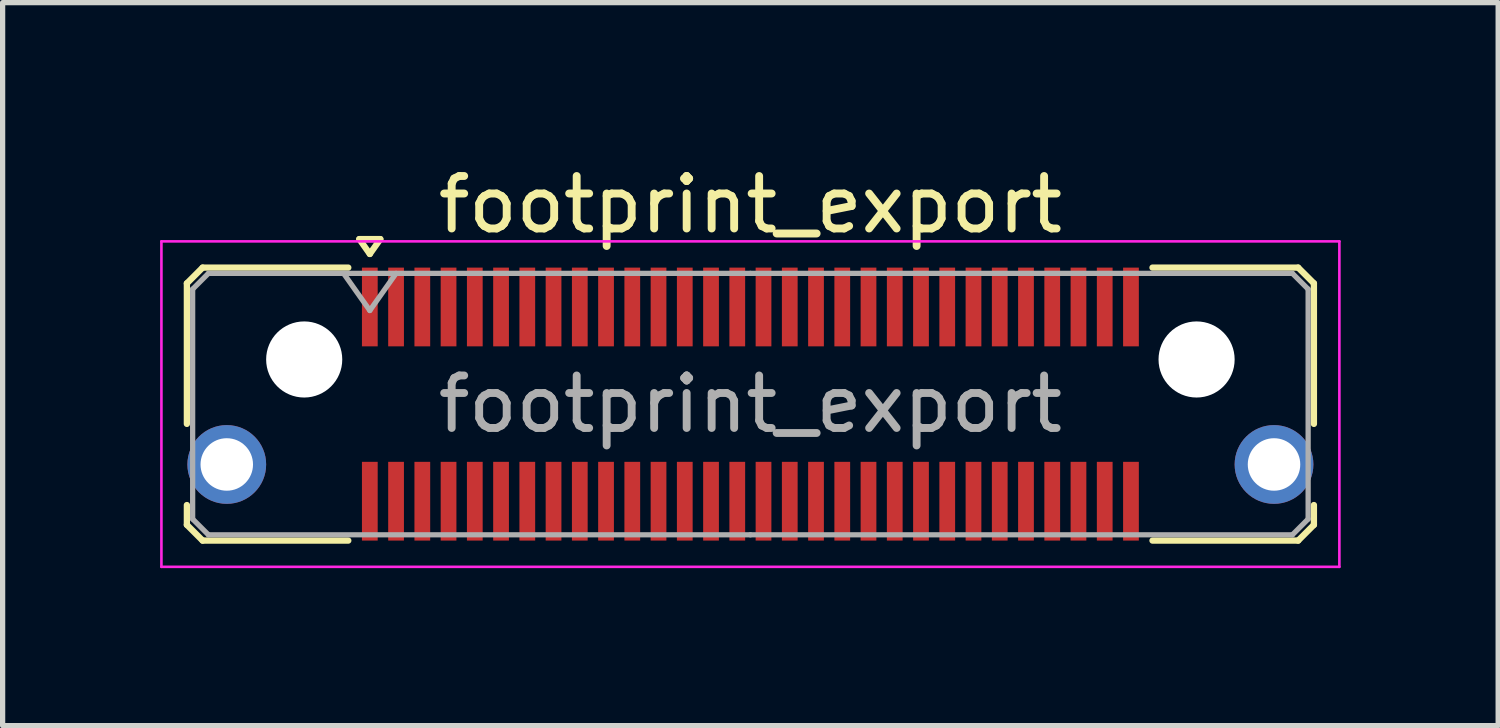
<source format=kicad_pcb>
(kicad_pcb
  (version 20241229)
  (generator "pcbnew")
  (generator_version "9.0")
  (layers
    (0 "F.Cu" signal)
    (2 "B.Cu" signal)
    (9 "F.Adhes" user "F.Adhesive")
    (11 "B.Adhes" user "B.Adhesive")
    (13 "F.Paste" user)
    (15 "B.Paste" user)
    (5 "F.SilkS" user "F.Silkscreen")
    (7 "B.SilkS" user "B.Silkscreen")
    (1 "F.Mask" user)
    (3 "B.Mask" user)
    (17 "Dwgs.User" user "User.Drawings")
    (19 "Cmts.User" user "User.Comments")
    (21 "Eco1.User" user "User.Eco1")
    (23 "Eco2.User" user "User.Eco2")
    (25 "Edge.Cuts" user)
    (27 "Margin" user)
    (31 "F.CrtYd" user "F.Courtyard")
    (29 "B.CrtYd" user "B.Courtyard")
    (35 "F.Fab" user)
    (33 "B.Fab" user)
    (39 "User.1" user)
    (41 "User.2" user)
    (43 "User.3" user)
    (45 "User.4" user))
  (footprint "footprint_export"
    (layer "F.Cu")
    (at 11.245 4.648)
    (property "Reference" "footprint_export" (at 0 -3.8 0) (layer "F.SilkS") (effects (font (size 1 1) (thickness 0.15))))
    (attr smd)
    (fp_line (start -10.735 -2.3) (end -10.735 0.377) (stroke (width 0.12) (type solid)) (layer "F.SilkS"))
    (fp_line (start -10.735 1.923) (end -10.735 2.3) (stroke (width 0.12) (type solid)) (layer "F.SilkS"))
    (fp_line (start -10.735 2.3) (end -10.435 2.6) (stroke (width 0.12) (type solid)) (layer "F.SilkS"))
    (fp_line (start -10.435 -2.6) (end -10.735 -2.3) (stroke (width 0.12) (type solid)) (layer "F.SilkS"))
    (fp_line (start -10.435 2.6) (end -7.66 2.6) (stroke (width 0.12) (type solid)) (layer "F.SilkS"))
    (fp_line (start -7.66 -2.6) (end -10.435 -2.6) (stroke (width 0.12) (type solid)) (layer "F.SilkS"))
    (fp_line (start -7.45 -3.143) (end -7.05 -3.143) (stroke (width 0.12) (type solid)) (layer "F.SilkS"))
    (fp_line (start -7.25 -2.86) (end -7.45 -3.143) (stroke (width 0.12) (type solid)) (layer "F.SilkS"))
    (fp_line (start -7.05 -3.143) (end -7.25 -2.86) (stroke (width 0.12) (type solid)) (layer "F.SilkS"))
    (fp_line (start 7.66 -2.6) (end 10.435 -2.6) (stroke (width 0.12) (type solid)) (layer "F.SilkS"))
    (fp_line (start 10.435 -2.6) (end 10.735 -2.3) (stroke (width 0.12) (type solid)) (layer "F.SilkS"))
    (fp_line (start 10.435 2.6) (end 7.66 2.6) (stroke (width 0.12) (type solid)) (layer "F.SilkS"))
    (fp_line (start 10.735 -2.3) (end 10.735 0.377) (stroke (width 0.12) (type solid)) (layer "F.SilkS"))
    (fp_line (start 10.735 1.923) (end 10.735 2.3) (stroke (width 0.12) (type solid)) (layer "F.SilkS"))
    (fp_line (start 10.735 2.3) (end 10.435 2.6) (stroke (width 0.12) (type solid)) (layer "F.SilkS"))
    (fp_line (start -11.22 -3.1) (end -11.22 3.1) (stroke (width 0.05) (type solid)) (layer "F.CrtYd"))
    (fp_line (start -11.22 3.1) (end 11.22 3.1) (stroke (width 0.05) (type solid)) (layer "F.CrtYd"))
    (fp_line (start 11.22 -3.1) (end -11.22 -3.1) (stroke (width 0.05) (type solid)) (layer "F.CrtYd"))
    (fp_line (start 11.22 3.1) (end 11.22 -3.1) (stroke (width 0.05) (type solid)) (layer "F.CrtYd"))
    (fp_line (start -10.625 -2.19) (end -10.625 2.19) (stroke (width 0.1) (type solid)) (layer "F.Fab"))
    (fp_line (start -10.625 2.19) (end -10.325 2.49) (stroke (width 0.1) (type solid)) (layer "F.Fab"))
    (fp_line (start -10.325 -2.49) (end -10.625 -2.19) (stroke (width 0.1) (type solid)) (layer "F.Fab"))
    (fp_line (start -10.325 2.49) (end 0 2.49) (stroke (width 0.1) (type solid)) (layer "F.Fab"))
    (fp_line (start -7.75 -2.49) (end -7.25 -1.783) (stroke (width 0.1) (type solid)) (layer "F.Fab"))
    (fp_line (start -7.25 -1.783) (end -6.75 -2.49) (stroke (width 0.1) (type solid)) (layer "F.Fab"))
    (fp_line (start 0 -2.49) (end -10.325 -2.49) (stroke (width 0.1) (type solid)) (layer "F.Fab"))
    (fp_line (start 0 -2.49) (end 10.325 -2.49) (stroke (width 0.1) (type solid)) (layer "F.Fab"))
    (fp_line (start 10.325 -2.49) (end 10.625 -2.19) (stroke (width 0.1) (type solid)) (layer "F.Fab"))
    (fp_line (start 10.325 2.49) (end 0 2.49) (stroke (width 0.1) (type solid)) (layer "F.Fab"))
    (fp_line (start 10.625 -2.19) (end 10.625 2.19) (stroke (width 0.1) (type solid)) (layer "F.Fab"))
    (fp_line (start 10.625 2.19) (end 10.325 2.49) (stroke (width 0.1) (type solid)) (layer "F.Fab"))
    (fp_text user "${REFERENCE}" (at 0 0 0) (layer "F.Fab") (effects (font (size 1 1) (thickness 0.15))))
    (pad "" np_thru_hole circle (at -8.5 -0.85) (size 1.45 1.45) (drill 1.45) (layers "*.Cu" "*.Mask"))
    (pad "" np_thru_hole circle (at 8.5 -0.85) (size 1.45 1.45) (drill 1.45) (layers "*.Cu" "*.Mask"))
    (pad "1" smd rect (at -7.25 -1.85) (size 0.3 1.5) (layers "F.Cu" "F.Mask" "F.Paste"))
    (pad "2" smd rect (at -7.25 1.85) (size 0.3 1.5) (layers "F.Cu" "F.Mask" "F.Paste"))
    (pad "3" smd rect (at -6.75 -1.85) (size 0.3 1.5) (layers "F.Cu" "F.Mask" "F.Paste"))
    (pad "4" smd rect (at -6.75 1.85) (size 0.3 1.5) (layers "F.Cu" "F.Mask" "F.Paste"))
    (pad "5" smd rect (at -6.25 -1.85) (size 0.3 1.5) (layers "F.Cu" "F.Mask" "F.Paste"))
    (pad "6" smd rect (at -6.25 1.85) (size 0.3 1.5) (layers "F.Cu" "F.Mask" "F.Paste"))
    (pad "7" smd rect (at -5.75 -1.85) (size 0.3 1.5) (layers "F.Cu" "F.Mask" "F.Paste"))
    (pad "8" smd rect (at -5.75 1.85) (size 0.3 1.5) (layers "F.Cu" "F.Mask" "F.Paste"))
    (pad "9" smd rect (at -5.25 -1.85) (size 0.3 1.5) (layers "F.Cu" "F.Mask" "F.Paste"))
    (pad "10" smd rect (at -5.25 1.85) (size 0.3 1.5) (layers "F.Cu" "F.Mask" "F.Paste"))
    (pad "11" smd rect (at -4.75 -1.85) (size 0.3 1.5) (layers "F.Cu" "F.Mask" "F.Paste"))
    (pad "12" smd rect (at -4.75 1.85) (size 0.3 1.5) (layers "F.Cu" "F.Mask" "F.Paste"))
    (pad "13" smd rect (at -4.25 -1.85) (size 0.3 1.5) (layers "F.Cu" "F.Mask" "F.Paste"))
    (pad "14" smd rect (at -4.25 1.85) (size 0.3 1.5) (layers "F.Cu" "F.Mask" "F.Paste"))
    (pad "15" smd rect (at -3.75 -1.85) (size 0.3 1.5) (layers "F.Cu" "F.Mask" "F.Paste"))
    (pad "16" smd rect (at -3.75 1.85) (size 0.3 1.5) (layers "F.Cu" "F.Mask" "F.Paste"))
    (pad "17" smd rect (at -3.25 -1.85) (size 0.3 1.5) (layers "F.Cu" "F.Mask" "F.Paste"))
    (pad "18" smd rect (at -3.25 1.85) (size 0.3 1.5) (layers "F.Cu" "F.Mask" "F.Paste"))
    (pad "19" smd rect (at -2.75 -1.85) (size 0.3 1.5) (layers "F.Cu" "F.Mask" "F.Paste"))
    (pad "20" smd rect (at -2.75 1.85) (size 0.3 1.5) (layers "F.Cu" "F.Mask" "F.Paste"))
    (pad "21" smd rect (at -2.25 -1.85) (size 0.3 1.5) (layers "F.Cu" "F.Mask" "F.Paste"))
    (pad "22" smd rect (at -2.25 1.85) (size 0.3 1.5) (layers "F.Cu" "F.Mask" "F.Paste"))
    (pad "23" smd rect (at -1.75 -1.85) (size 0.3 1.5) (layers "F.Cu" "F.Mask" "F.Paste"))
    (pad "24" smd rect (at -1.75 1.85) (size 0.3 1.5) (layers "F.Cu" "F.Mask" "F.Paste"))
    (pad "25" smd rect (at -1.25 -1.85) (size 0.3 1.5) (layers "F.Cu" "F.Mask" "F.Paste"))
    (pad "26" smd rect (at -1.25 1.85) (size 0.3 1.5) (layers "F.Cu" "F.Mask" "F.Paste"))
    (pad "27" smd rect (at -0.75 -1.85) (size 0.3 1.5) (layers "F.Cu" "F.Mask" "F.Paste"))
    (pad "28" smd rect (at -0.75 1.85) (size 0.3 1.5) (layers "F.Cu" "F.Mask" "F.Paste"))
    (pad "29" smd rect (at -0.25 -1.85) (size 0.3 1.5) (layers "F.Cu" "F.Mask" "F.Paste"))
    (pad "30" smd rect (at -0.25 1.85) (size 0.3 1.5) (layers "F.Cu" "F.Mask" "F.Paste"))
    (pad "31" smd rect (at 0.25 -1.85) (size 0.3 1.5) (layers "F.Cu" "F.Mask" "F.Paste"))
    (pad "32" smd rect (at 0.25 1.85) (size 0.3 1.5) (layers "F.Cu" "F.Mask" "F.Paste"))
    (pad "33" smd rect (at 0.75 -1.85) (size 0.3 1.5) (layers "F.Cu" "F.Mask" "F.Paste"))
    (pad "34" smd rect (at 0.75 1.85) (size 0.3 1.5) (layers "F.Cu" "F.Mask" "F.Paste"))
    (pad "35" smd rect (at 1.25 -1.85) (size 0.3 1.5) (layers "F.Cu" "F.Mask" "F.Paste"))
    (pad "36" smd rect (at 1.25 1.85) (size 0.3 1.5) (layers "F.Cu" "F.Mask" "F.Paste"))
    (pad "37" smd rect (at 1.75 -1.85) (size 0.3 1.5) (layers "F.Cu" "F.Mask" "F.Paste"))
    (pad "38" smd rect (at 1.75 1.85) (size 0.3 1.5) (layers "F.Cu" "F.Mask" "F.Paste"))
    (pad "39" smd rect (at 2.25 -1.85) (size 0.3 1.5) (layers "F.Cu" "F.Mask" "F.Paste"))
    (pad "40" smd rect (at 2.25 1.85) (size 0.3 1.5) (layers "F.Cu" "F.Mask" "F.Paste"))
    (pad "41" smd rect (at 2.75 -1.85) (size 0.3 1.5) (layers "F.Cu" "F.Mask" "F.Paste"))
    (pad "42" smd rect (at 2.75 1.85) (size 0.3 1.5) (layers "F.Cu" "F.Mask" "F.Paste"))
    (pad "43" smd rect (at 3.25 -1.85) (size 0.3 1.5) (layers "F.Cu" "F.Mask" "F.Paste"))
    (pad "44" smd rect (at 3.25 1.85) (size 0.3 1.5) (layers "F.Cu" "F.Mask" "F.Paste"))
    (pad "45" smd rect (at 3.75 -1.85) (size 0.3 1.5) (layers "F.Cu" "F.Mask" "F.Paste"))
    (pad "46" smd rect (at 3.75 1.85) (size 0.3 1.5) (layers "F.Cu" "F.Mask" "F.Paste"))
    (pad "47" smd rect (at 4.25 -1.85) (size 0.3 1.5) (layers "F.Cu" "F.Mask" "F.Paste"))
    (pad "48" smd rect (at 4.25 1.85) (size 0.3 1.5) (layers "F.Cu" "F.Mask" "F.Paste"))
    (pad "49" smd rect (at 4.75 -1.85) (size 0.3 1.5) (layers "F.Cu" "F.Mask" "F.Paste"))
    (pad "50" smd rect (at 4.75 1.85) (size 0.3 1.5) (layers "F.Cu" "F.Mask" "F.Paste"))
    (pad "51" smd rect (at 5.25 -1.85) (size 0.3 1.5) (layers "F.Cu" "F.Mask" "F.Paste"))
    (pad "52" smd rect (at 5.25 1.85) (size 0.3 1.5) (layers "F.Cu" "F.Mask" "F.Paste"))
    (pad "53" smd rect (at 5.75 -1.85) (size 0.3 1.5) (layers "F.Cu" "F.Mask" "F.Paste"))
    (pad "54" smd rect (at 5.75 1.85) (size 0.3 1.5) (layers "F.Cu" "F.Mask" "F.Paste"))
    (pad "55" smd rect (at 6.25 -1.85) (size 0.3 1.5) (layers "F.Cu" "F.Mask" "F.Paste"))
    (pad "56" smd rect (at 6.25 1.85) (size 0.3 1.5) (layers "F.Cu" "F.Mask" "F.Paste"))
    (pad "57" smd rect (at 6.75 -1.85) (size 0.3 1.5) (layers "F.Cu" "F.Mask" "F.Paste"))
    (pad "58" smd rect (at 6.75 1.85) (size 0.3 1.5) (layers "F.Cu" "F.Mask" "F.Paste"))
    (pad "59" smd rect (at 7.25 -1.85) (size 0.3 1.5) (layers "F.Cu" "F.Mask" "F.Paste"))
    (pad "60" smd rect (at 7.25 1.85) (size 0.3 1.5) (layers "F.Cu" "F.Mask" "F.Paste"))
    (pad "SH" thru_hole circle (at -9.975 1.15) (size 1.5 1.5) (drill 1) (layers "*.Cu" "*.Mask"))
    (pad "SH" thru_hole circle (at 9.975 1.15) (size 1.5 1.5) (drill 1) (layers "*.Cu" "*.Mask")))
  (gr_rect
    (start -3 -3)
    (end 25.49 10.773)
    (stroke (width 0.1) (type default))
    (fill no)
    (layer "Edge.Cuts")))
</source>
